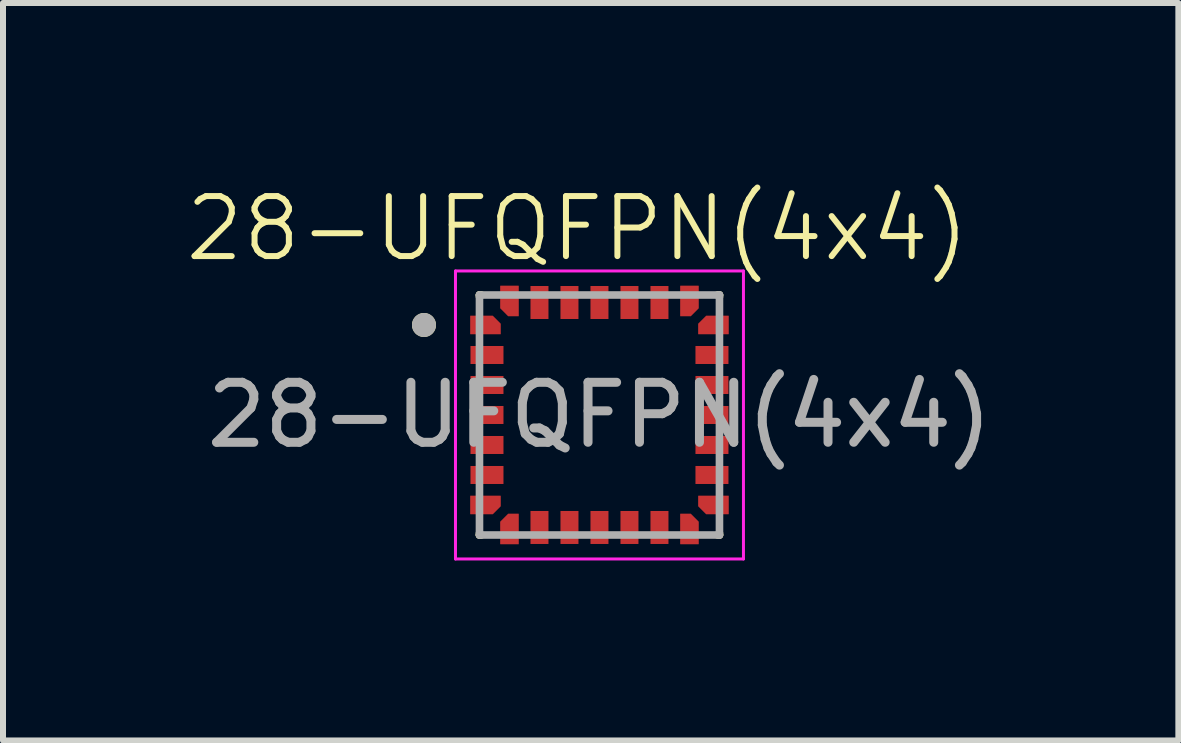
<source format=kicad_pcb>
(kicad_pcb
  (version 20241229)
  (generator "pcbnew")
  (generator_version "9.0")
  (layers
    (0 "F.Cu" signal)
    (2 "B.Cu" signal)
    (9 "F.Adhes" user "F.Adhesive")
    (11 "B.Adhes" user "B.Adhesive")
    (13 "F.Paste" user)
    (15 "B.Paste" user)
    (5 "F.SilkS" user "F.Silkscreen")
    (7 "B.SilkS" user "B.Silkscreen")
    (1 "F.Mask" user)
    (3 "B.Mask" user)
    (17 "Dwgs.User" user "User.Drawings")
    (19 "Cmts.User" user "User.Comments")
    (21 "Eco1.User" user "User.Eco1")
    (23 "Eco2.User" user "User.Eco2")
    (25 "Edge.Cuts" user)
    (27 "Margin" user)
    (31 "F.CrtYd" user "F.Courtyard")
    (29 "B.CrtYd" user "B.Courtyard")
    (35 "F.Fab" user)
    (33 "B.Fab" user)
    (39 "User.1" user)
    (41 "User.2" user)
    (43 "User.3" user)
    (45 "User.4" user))
  (footprint "28-UFQFPN(4x4)"
    (layer "F.Cu")
    (at 6.942 3.867)
    (property "Reference" "28-UFQFPN(4x4)" (at -0.368 -3.106 0) (layer "F.SilkS") (effects (font (size 1 1) (thickness 0.1))))
    (attr smd)
    (fp_line (start -2 -1.97) (end -2 -2) (stroke (width 0.127) (type solid)) (layer "F.SilkS"))
    (fp_line (start -2 2) (end -2 1.97) (stroke (width 0.127) (type solid)) (layer "F.SilkS"))
    (fp_line (start -1.97 -2) (end -2 -2) (stroke (width 0.127) (type solid)) (layer "F.SilkS"))
    (fp_line (start -1.97 2) (end -2 2) (stroke (width 0.127) (type solid)) (layer "F.SilkS"))
    (fp_line (start 2 -2) (end 1.97 -2) (stroke (width 0.127) (type solid)) (layer "F.SilkS"))
    (fp_line (start 2 -1.97) (end 2 -2) (stroke (width 0.127) (type solid)) (layer "F.SilkS"))
    (fp_line (start 2 2) (end 1.97 2) (stroke (width 0.127) (type solid)) (layer "F.SilkS"))
    (fp_line (start 2 2) (end 2 1.97) (stroke (width 0.127) (type solid)) (layer "F.SilkS"))
    (fp_circle (center -2.925 -1.5) (end -2.825 -1.5) (stroke (width 0.2) (type solid)) (fill no) (layer "F.SilkS"))
    (fp_poly (pts (xy -2.15 -1.65) (xy -2.15 -1.35) (xy -1.65 -1.35) (xy -1.65 -1.52) (xy -1.78 -1.65)) (stroke (width 0.01) (type solid)) (fill yes) (layer "F.Paste"))
    (fp_poly (pts (xy -2.15 1.35) (xy -2.15 1.65) (xy -1.78 1.65) (xy -1.65 1.52) (xy -1.65 1.35)) (stroke (width 0.01) (type solid)) (fill yes) (layer "F.Paste"))
    (fp_poly (pts (xy -1.65 2.15) (xy -1.35 2.15) (xy -1.35 1.65) (xy -1.52 1.65) (xy -1.65 1.78)) (stroke (width 0.01) (type solid)) (fill yes) (layer "F.Paste"))
    (fp_poly (pts (xy -1.35 -2.15) (xy -1.65 -2.15) (xy -1.65 -1.78) (xy -1.52 -1.65) (xy -1.35 -1.65)) (stroke (width 0.01) (type solid)) (fill yes) (layer "F.Paste"))
    (fp_poly (pts (xy 1.35 2.15) (xy 1.65 2.15) (xy 1.65 1.78) (xy 1.52 1.65) (xy 1.35 1.65)) (stroke (width 0.01) (type solid)) (fill yes) (layer "F.Paste"))
    (fp_poly (pts (xy 1.65 -2.15) (xy 1.35 -2.15) (xy 1.35 -1.65) (xy 1.52 -1.65) (xy 1.65 -1.78)) (stroke (width 0.01) (type solid)) (fill yes) (layer "F.Paste"))
    (fp_poly (pts (xy 2.15 -1.35) (xy 2.15 -1.65) (xy 1.78 -1.65) (xy 1.65 -1.52) (xy 1.65 -1.35)) (stroke (width 0.01) (type solid)) (fill yes) (layer "F.Paste"))
    (fp_poly (pts (xy 2.15 1.65) (xy 2.15 1.35) (xy 1.65 1.35) (xy 1.65 1.52) (xy 1.78 1.65)) (stroke (width 0.01) (type solid)) (fill yes) (layer "F.Paste"))
    (fp_line (start -2.4 -2.4) (end -2.4 2.4) (stroke (width 0.05) (type solid)) (layer "F.CrtYd"))
    (fp_line (start -2.4 2.4) (end 2.4 2.4) (stroke (width 0.05) (type solid)) (layer "F.CrtYd"))
    (fp_line (start 2.4 -2.4) (end -2.4 -2.4) (stroke (width 0.05) (type solid)) (layer "F.CrtYd"))
    (fp_line (start 2.4 2.4) (end 2.4 -2.4) (stroke (width 0.05) (type solid)) (layer "F.CrtYd"))
    (fp_line (start -2 2) (end -2 -2) (stroke (width 0.127) (type solid)) (layer "F.Fab"))
    (fp_line (start 2 -2) (end -2 -2) (stroke (width 0.127) (type solid)) (layer "F.Fab"))
    (fp_line (start 2 2) (end -2 2) (stroke (width 0.127) (type solid)) (layer "F.Fab"))
    (fp_line (start 2 2) (end 2 -2) (stroke (width 0.127) (type solid)) (layer "F.Fab"))
    (fp_circle (center -2.925 -1.5) (end -2.825 -1.5) (stroke (width 0.2) (type solid)) (fill no) (layer "F.Fab"))
    (fp_text user "${REFERENCE}" (at 0 0 0) (unlocked yes) (layer "F.Fab") (effects (font (size 1 1) (thickness 0.15))))
    (pad "1" smd custom (at -1.875 -1.5) (size 0.1 0.1) (layers "F.Cu" "F.Mask" "F.Paste") (options (anchor rect)) (primitives (gr_poly (pts (xy -0.275 -0.15) (xy -0.275 0.15) (xy 0.225 0.15) (xy 0.225 -0.02) (xy 0.095 -0.15)) (width 0.01) (fill yes))))
    (pad "2" smd rect (at -1.875 -1) (size 0.55 0.3) (layers "F.Cu" "F.Mask" "F.Paste"))
    (pad "3" smd rect (at -1.875 -0.5) (size 0.55 0.3) (layers "F.Cu" "F.Mask" "F.Paste"))
    (pad "4" smd rect (at -1.875 0) (size 0.55 0.3) (layers "F.Cu" "F.Mask" "F.Paste"))
    (pad "5" smd rect (at -1.875 0.5) (size 0.55 0.3) (layers "F.Cu" "F.Mask" "F.Paste"))
    (pad "6" smd rect (at -1.875 1) (size 0.55 0.3) (layers "F.Cu" "F.Mask" "F.Paste"))
    (pad "7" smd custom (at -1.875 1.5) (size 0.1 0.1) (layers "F.Cu" "F.Mask" "F.Paste") (options (anchor rect)) (primitives (gr_poly (pts (xy -0.275 -0.15) (xy -0.275 0.15) (xy 0.095 0.15) (xy 0.225 0.02) (xy 0.225 -0.15)) (width 0.01) (fill yes))))
    (pad "8" smd custom (at -1.5 1.875) (size 0.1 0.1) (layers "F.Cu" "F.Mask" "F.Paste") (options (anchor rect)) (primitives (gr_poly (pts (xy -0.15 0.275) (xy 0.15 0.275) (xy 0.15 -0.225) (xy -0.02 -0.225) (xy -0.15 -0.095)) (width 0.01) (fill yes))))
    (pad "9" smd rect (at -1 1.875) (size 0.3 0.55) (layers "F.Cu" "F.Mask" "F.Paste"))
    (pad "10" smd rect (at -0.5 1.875) (size 0.3 0.55) (layers "F.Cu" "F.Mask" "F.Paste"))
    (pad "11" smd rect (at 0 1.875) (size 0.3 0.55) (layers "F.Cu" "F.Mask" "F.Paste"))
    (pad "12" smd rect (at 0.5 1.875) (size 0.3 0.55) (layers "F.Cu" "F.Mask" "F.Paste"))
    (pad "13" smd rect (at 1 1.875) (size 0.3 0.55) (layers "F.Cu" "F.Mask" "F.Paste"))
    (pad "14" smd custom (at 1.5 1.875) (size 0.1 0.1) (layers "F.Cu" "F.Mask" "F.Paste") (options (anchor rect)) (primitives (gr_poly (pts (xy -0.15 0.275) (xy 0.15 0.275) (xy 0.15 -0.095) (xy 0.02 -0.225) (xy -0.15 -0.225)) (width 0.01) (fill yes))))
    (pad "15" smd custom (at 1.875 1.5) (size 0.1 0.1) (layers "F.Cu" "F.Mask" "F.Paste") (options (anchor rect)) (primitives (gr_poly (pts (xy 0.275 0.15) (xy 0.275 -0.15) (xy -0.225 -0.15) (xy -0.225 0.02) (xy -0.095 0.15)) (width 0.01) (fill yes))))
    (pad "16" smd rect (at 1.875 1) (size 0.55 0.3) (layers "F.Cu" "F.Mask" "F.Paste"))
    (pad "17" smd rect (at 1.875 0.5) (size 0.55 0.3) (layers "F.Cu" "F.Mask" "F.Paste"))
    (pad "18" smd rect (at 1.875 0) (size 0.55 0.3) (layers "F.Cu" "F.Mask" "F.Paste"))
    (pad "19" smd rect (at 1.875 -0.5) (size 0.55 0.3) (layers "F.Cu" "F.Mask" "F.Paste"))
    (pad "20" smd rect (at 1.875 -1) (size 0.55 0.3) (layers "F.Cu" "F.Mask" "F.Paste"))
    (pad "21" smd custom (at 1.875 -1.5) (size 0.1 0.1) (layers "F.Cu" "F.Mask" "F.Paste") (options (anchor rect)) (primitives (gr_poly (pts (xy 0.275 0.15) (xy 0.275 -0.15) (xy -0.095 -0.15) (xy -0.225 -0.02) (xy -0.225 0.15)) (width 0.01) (fill yes))))
    (pad "22" smd custom (at 1.5 -1.875) (size 0.1 0.1) (layers "F.Cu" "F.Mask" "F.Paste") (options (anchor rect)) (primitives (gr_poly (pts (xy 0.15 -0.275) (xy -0.15 -0.275) (xy -0.15 0.225) (xy 0.02 0.225) (xy 0.15 0.095)) (width 0.01) (fill yes))))
    (pad "23" smd rect (at 1 -1.875) (size 0.3 0.55) (layers "F.Cu" "F.Mask" "F.Paste"))
    (pad "24" smd rect (at 0.5 -1.875) (size 0.3 0.55) (layers "F.Cu" "F.Mask" "F.Paste"))
    (pad "25" smd rect (at 0 -1.875) (size 0.3 0.55) (layers "F.Cu" "F.Mask" "F.Paste"))
    (pad "26" smd rect (at -0.5 -1.875) (size 0.3 0.55) (layers "F.Cu" "F.Mask" "F.Paste"))
    (pad "27" smd rect (at -1 -1.875) (size 0.3 0.55) (layers "F.Cu" "F.Mask" "F.Paste"))
    (pad "28" smd custom (at -1.5 -1.875) (size 0.1 0.1) (layers "F.Cu" "F.Mask" "F.Paste") (options (anchor rect)) (primitives (gr_poly (pts (xy 0.15 -0.275) (xy -0.15 -0.275) (xy -0.15 0.095) (xy -0.02 0.225) (xy 0.15 0.225)) (width 0.01) (fill yes)))))
  (gr_rect
    (start -3 -3)
    (end 16.591 9.292)
    (stroke (width 0.1) (type default))
    (fill no)
    (layer "Edge.Cuts")))
</source>
